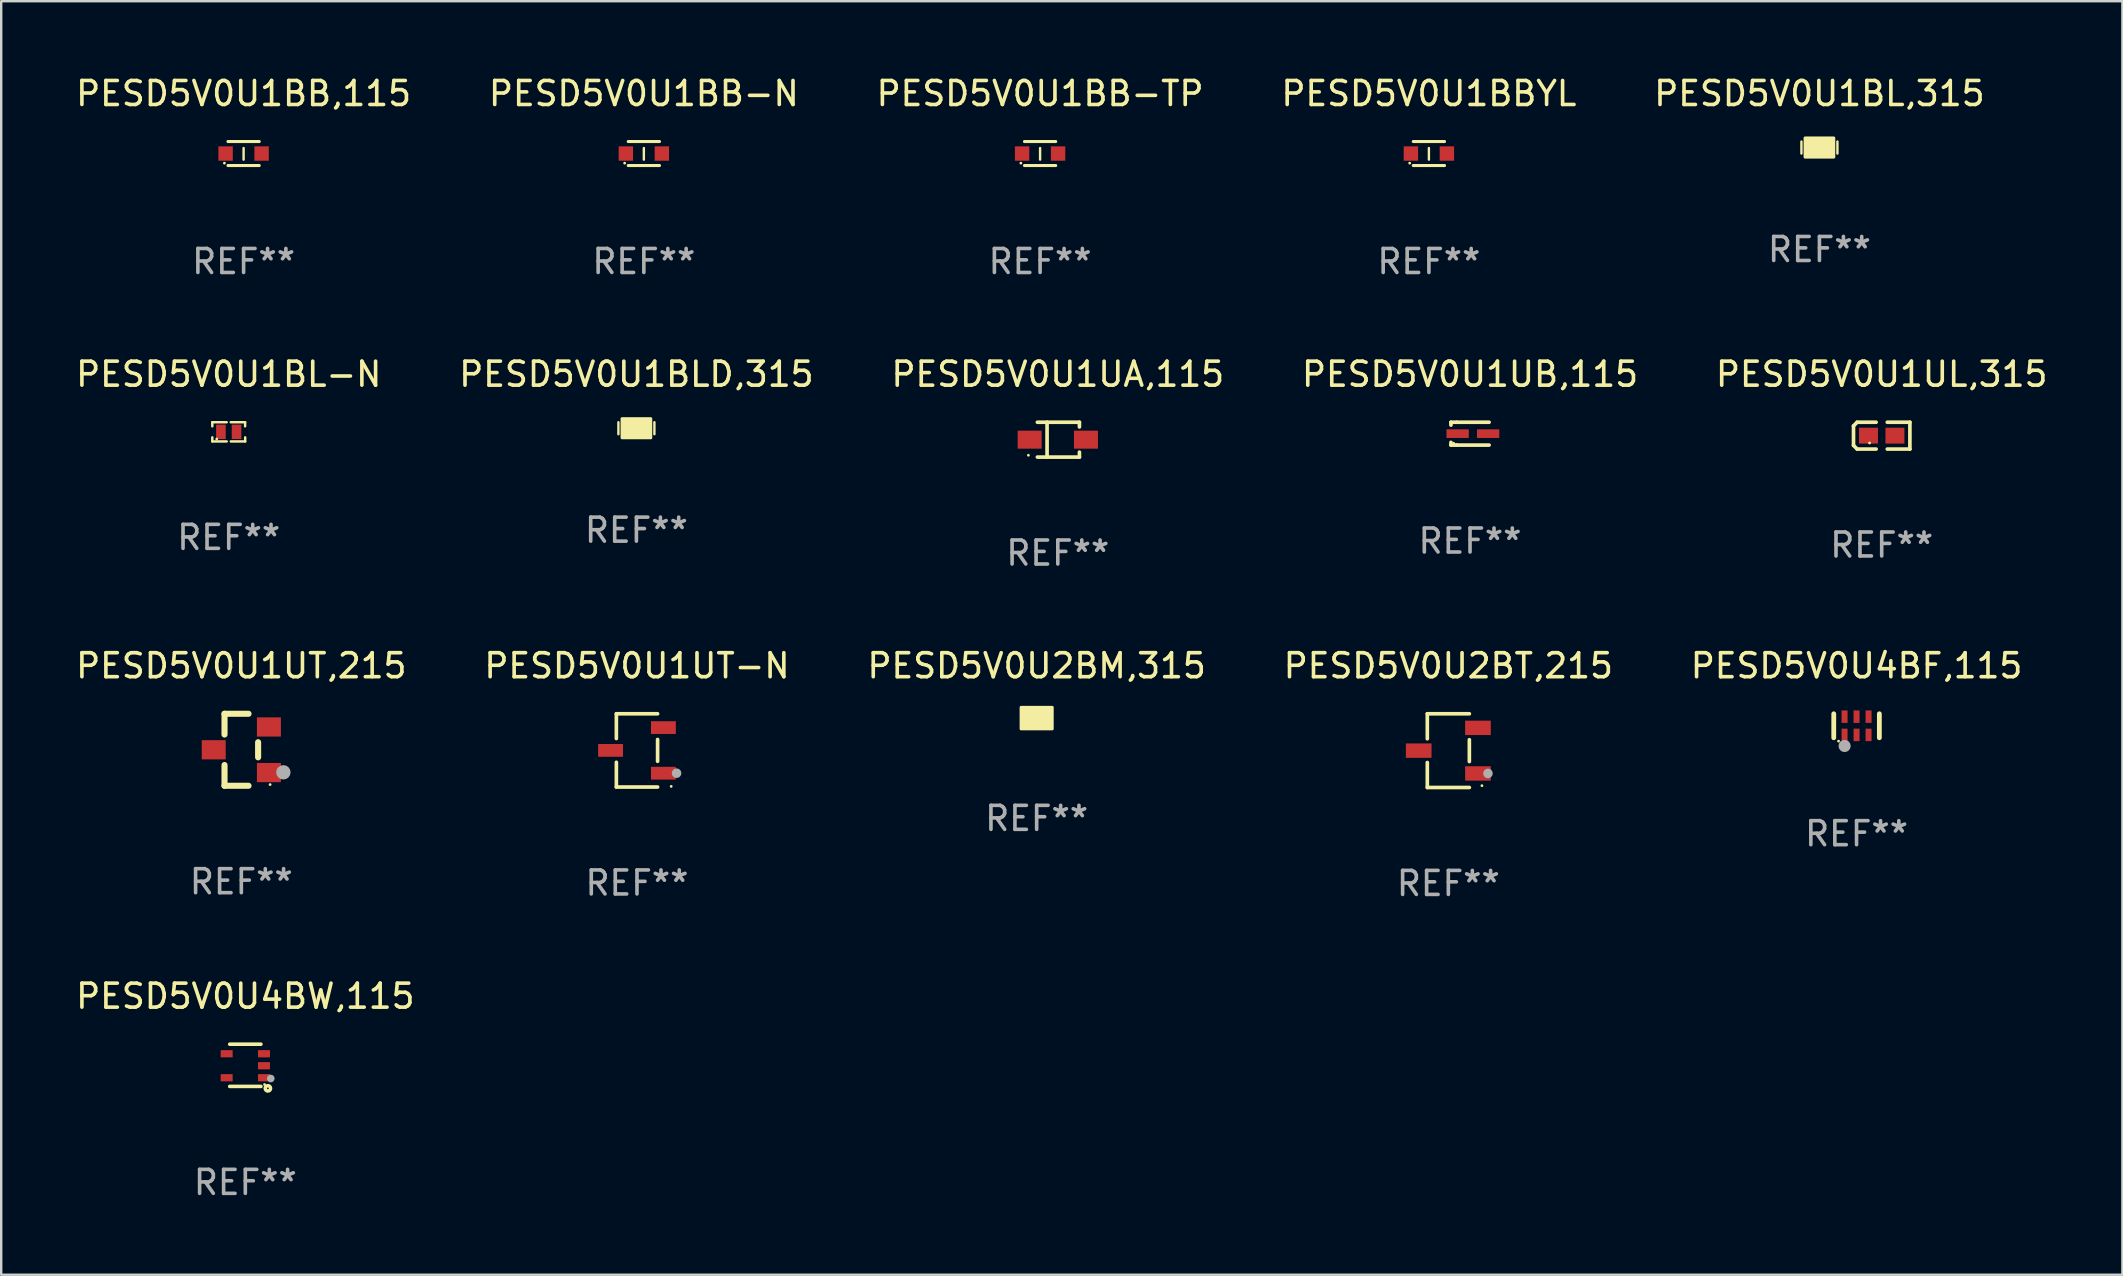
<source format=kicad_pcb>
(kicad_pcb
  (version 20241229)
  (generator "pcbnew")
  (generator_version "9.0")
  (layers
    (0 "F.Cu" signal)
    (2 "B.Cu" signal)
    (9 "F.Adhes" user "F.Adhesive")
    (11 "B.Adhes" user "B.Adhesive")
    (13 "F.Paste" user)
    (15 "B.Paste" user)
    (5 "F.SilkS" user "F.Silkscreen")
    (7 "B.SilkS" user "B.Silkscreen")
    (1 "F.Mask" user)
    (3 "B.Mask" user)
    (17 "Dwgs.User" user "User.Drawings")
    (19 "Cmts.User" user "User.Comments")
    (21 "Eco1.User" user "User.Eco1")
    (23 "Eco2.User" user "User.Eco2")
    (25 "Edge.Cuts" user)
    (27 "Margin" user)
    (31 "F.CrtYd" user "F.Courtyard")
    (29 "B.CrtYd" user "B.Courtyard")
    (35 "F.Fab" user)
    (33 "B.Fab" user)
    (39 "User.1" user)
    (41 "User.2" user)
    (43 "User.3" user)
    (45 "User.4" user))
  (footprint "PESD5V0U1UL,315"
    (layer "F.Cu")
    (at 75.363 15.104)
    (property "Reference" "PESD5V0U1UL,315" (at 0 -2.559 0) (layer "F.SilkS") (effects (font (size 1 1) (thickness 0.15))))
    (attr through_hole)
    (fp_line (start -1.175 -0.407) (end -1.023 -0.559) (stroke (width 0.152) (type solid)) (layer "F.SilkS"))
    (fp_line (start -1.175 0.407) (end -1.175 -0.407) (stroke (width 0.152) (type solid)) (layer "F.SilkS"))
    (fp_line (start -1.023 -0.559) (end -0.232 -0.559) (stroke (width 0.152) (type solid)) (layer "F.SilkS"))
    (fp_line (start -1.023 0.559) (end -1.175 0.407) (stroke (width 0.152) (type solid)) (layer "F.SilkS"))
    (fp_line (start -0.232 0.559) (end -1.023 0.559) (stroke (width 0.152) (type solid)) (layer "F.SilkS"))
    (fp_line (start 0.232 0.559) (end 1.175 0.559) (stroke (width 0.152) (type solid)) (layer "F.SilkS"))
    (fp_line (start 1.175 -0.559) (end 0.232 -0.559) (stroke (width 0.152) (type solid)) (layer "F.SilkS"))
    (fp_line (start 1.175 0.559) (end 1.175 -0.559) (stroke (width 0.152) (type solid)) (layer "F.SilkS"))
    (fp_circle (center -0.506 0.306) (end -0.476 0.306) (stroke (width 0.06) (type solid)) (fill no) (layer "F.SilkS"))
    (fp_text user "REF**" (at 0 4.559 0) (layer "F.Fab") (effects (font (size 1 1) (thickness 0.15))))
    (pad "1" smd rect (at -0.551 0) (size 0.79 0.661) (layers "F.Cu" "F.Mask" "F.Paste"))
    (pad "2" smd rect (at 0.551 0) (size 0.79 0.661) (layers "F.Cu" "F.Mask" "F.Paste")))
  (footprint "PESD5V0U1BLD,315"
    (layer "F.Cu")
    (at 23.47 14.795)
    (property "Reference" "PESD5V0U1BLD,315" (at 0 -2.25 0) (layer "F.SilkS") (effects (font (size 1 1) (thickness 0.15))))
    (attr through_hole)
    (fp_line (start -0.75 0.25) (end -0.75 -0.25) (stroke (width 0.1) (type solid)) (layer "F.SilkS"))
    (fp_line (start 0.75 -0.25) (end 0.75 0.25) (stroke (width 0.1) (type solid)) (layer "F.SilkS"))
    (fp_circle (center -0.5 0.3) (end -0.47 0.3) (stroke (width 0.06) (type solid)) (fill no) (layer "F.SilkS"))
    (fp_poly (pts (xy -0.6 -0.4) (xy 0.6 -0.4) (xy 0.6 0.4) (xy -0.6 0.4)) (stroke (width 0.12) (type solid)) (fill yes) (layer "F.SilkS"))
    (fp_text user "REF**" (at 0 4.25 0) (layer "F.Fab") (effects (font (size 1 1) (thickness 0.15))))
    (pad "1" smd rect (at -0.325 -0.000013) (size 0.3 0.6) (layers "F.Cu" "F.Mask" "F.Paste"))
    (pad "2" smd rect (at 0.325 -0.000013) (size 0.3 0.6) (layers "F.Cu" "F.Mask" "F.Paste")))
  (footprint "PESD5V0U1BL,315"
    (layer "F.Cu")
    (at 72.768 3.098)
    (property "Reference" "PESD5V0U1BL,315" (at 0 -2.25 0) (layer "F.SilkS") (effects (font (size 1 1) (thickness 0.15))))
    (attr through_hole)
    (fp_line (start -0.75 0.25) (end -0.75 -0.25) (stroke (width 0.1) (type solid)) (layer "F.SilkS"))
    (fp_line (start 0.75 -0.25) (end 0.75 0.25) (stroke (width 0.1) (type solid)) (layer "F.SilkS"))
    (fp_circle (center -0.5 0.3) (end -0.47 0.3) (stroke (width 0.06) (type solid)) (fill no) (layer "F.SilkS"))
    (fp_poly (pts (xy -0.6 -0.4) (xy 0.6 -0.4) (xy 0.6 0.4) (xy -0.6 0.4)) (stroke (width 0.12) (type solid)) (fill yes) (layer "F.SilkS"))
    (fp_text user "REF**" (at 0 4.25 0) (layer "F.Fab") (effects (font (size 1 1) (thickness 0.15))))
    (pad "1" smd rect (at -0.325 -0.000013) (size 0.3 0.6) (layers "F.Cu" "F.Mask" "F.Paste"))
    (pad "2" smd rect (at 0.325 -0.000013) (size 0.3 0.6) (layers "F.Cu" "F.Mask" "F.Paste")))
  (footprint "PESD5V0U1UT,215"
    (layer "F.Cu")
    (at 7.006 28.194)
    (property "Reference" "PESD5V0U1UT,215" (at 0 -3.5 0) (layer "F.SilkS") (effects (font (size 1 1) (thickness 0.15))))
    (attr through_hole)
    (fp_line (start -0.7 -1.5) (end 0.3 -1.5) (stroke (width 0.254) (type solid)) (layer "F.SilkS"))
    (fp_line (start -0.7 -0.636) (end -0.7 -1.5) (stroke (width 0.254) (type solid)) (layer "F.SilkS"))
    (fp_line (start -0.7 1.5) (end -0.7 0.636) (stroke (width 0.254) (type solid)) (layer "F.SilkS"))
    (fp_line (start -0.7 1.5) (end 0.3 1.5) (stroke (width 0.254) (type solid)) (layer "F.SilkS"))
    (fp_line (start 0.7 0.314) (end 0.7 -0.314) (stroke (width 0.254) (type solid)) (layer "F.SilkS"))
    (fp_circle (center 1.2 1.45) (end 1.23 1.45) (stroke (width 0.06) (type solid)) (fill no) (layer "F.SilkS"))
    (fp_circle (center 1.753 0.94) (end 1.903 0.94) (stroke (width 0.3) (type solid)) (fill no) (layer "F.Fab"))
    (fp_text user "REF**" (at 0 5.5 0) (layer "F.Fab") (effects (font (size 1 1) (thickness 0.15))))
    (pad "1" smd rect (at 1.15 0.95 180) (size 1 0.8) (layers "F.Cu" "F.Mask" "F.Paste"))
    (pad "2" smd rect (at 1.15 -0.95 180) (size 1 0.8) (layers "F.Cu" "F.Mask" "F.Paste"))
    (pad "3" smd rect (at -1.15 -0.000051 180) (size 1 0.8) (layers "F.Cu" "F.Mask" "F.Paste")))
  (footprint "PESD5V0U1BB-TP"
    (layer "F.Cu")
    (at 40.292 3.348)
    (property "Reference" "PESD5V0U1BB-TP" (at 0 -2.5 0) (layer "F.SilkS") (effects (font (size 1 1) (thickness 0.15))))
    (attr through_hole)
    (fp_line (start -0.65 -0.5) (end 0.65 -0.5) (stroke (width 0.13) (type solid)) (layer "F.SilkS"))
    (fp_line (start -0.65 0.5) (end 0.65 0.5) (stroke (width 0.13) (type solid)) (layer "F.SilkS"))
    (fp_line (start 0 -0.229) (end 0 0.254) (stroke (width 0.1) (type solid)) (layer "F.SilkS"))
    (fp_circle (center -0.8 0.4) (end -0.77 0.4) (stroke (width 0.06) (type solid)) (fill no) (layer "F.SilkS"))
    (fp_text user "REF**" (at 0 4.5 0) (layer "F.Fab") (effects (font (size 1 1) (thickness 0.15))))
    (pad "1" smd rect (at -0.75 0) (size 0.6 0.6) (layers "F.Cu" "F.Mask" "F.Paste"))
    (pad "2" smd rect (at 0.75 0 180) (size 0.6 0.6) (layers "F.Cu" "F.Mask" "F.Paste")))
  (footprint "PESD5V0U4BF,115"
    (layer "F.Cu")
    (at 74.315 27.194)
    (property "Reference" "PESD5V0U4BF,115" (at 0 -2.5 0) (layer "F.SilkS") (effects (font (size 1 1) (thickness 0.15))))
    (attr through_hole)
    (fp_line (start -0.95 0.5) (end -0.95 -0.5) (stroke (width 0.2) (type solid)) (layer "F.SilkS"))
    (fp_line (start 0.95 0.5) (end 0.95 -0.5) (stroke (width 0.2) (type solid)) (layer "F.SilkS"))
    (fp_circle (center -0.75 0.64) (end -0.72 0.64) (stroke (width 0.06) (type solid)) (fill no) (layer "F.SilkS"))
    (fp_circle (center -0.498 0.842) (end -0.371 0.842) (stroke (width 0.254) (type solid)) (fill no) (layer "F.Fab"))
    (fp_text user "REF**" (at 0 4.5 0) (layer "F.Fab") (effects (font (size 1 1) (thickness 0.15))))
    (pad "1" smd rect (at -0.5 0.38) (size 0.25 0.52) (layers "F.Cu" "F.Mask" "F.Paste"))
    (pad "2" smd rect (at 0 0.38) (size 0.25 0.52) (layers "F.Cu" "F.Mask" "F.Paste"))
    (pad "3" smd rect (at 0.5 0.38) (size 0.25 0.52) (layers "F.Cu" "F.Mask" "F.Paste"))
    (pad "4" smd rect (at 0.5 -0.38 180) (size 0.25 0.52) (layers "F.Cu" "F.Mask" "F.Paste"))
    (pad "5" smd rect (at 0 -0.38 180) (size 0.25 0.52) (layers "F.Cu" "F.Mask" "F.Paste"))
    (pad "6" smd rect (at -0.5 -0.38 180) (size 0.25 0.52) (layers "F.Cu" "F.Mask" "F.Paste")))
  (footprint "PESD5V0U1BBYL"
    (layer "F.Cu")
    (at 56.494 3.348)
    (property "Reference" "PESD5V0U1BBYL" (at 0 -2.5 0) (layer "F.SilkS") (effects (font (size 1 1) (thickness 0.15))))
    (attr through_hole)
    (fp_line (start -0.65 -0.5) (end 0.65 -0.5) (stroke (width 0.13) (type solid)) (layer "F.SilkS"))
    (fp_line (start -0.65 0.5) (end 0.65 0.5) (stroke (width 0.13) (type solid)) (layer "F.SilkS"))
    (fp_line (start 0 -0.229) (end 0 0.254) (stroke (width 0.1) (type solid)) (layer "F.SilkS"))
    (fp_circle (center -0.8 0.4) (end -0.77 0.4) (stroke (width 0.06) (type solid)) (fill no) (layer "F.SilkS"))
    (fp_text user "REF**" (at 0 4.5 0) (layer "F.Fab") (effects (font (size 1 1) (thickness 0.15))))
    (pad "1" smd rect (at -0.75 0) (size 0.6 0.6) (layers "F.Cu" "F.Mask" "F.Paste"))
    (pad "2" smd rect (at 0.75 0 180) (size 0.6 0.6) (layers "F.Cu" "F.Mask" "F.Paste")))
  (footprint "PESD5V0U1UA,115"
    (layer "F.Cu")
    (at 41.03 15.271)
    (property "Reference" "PESD5V0U1UA,115" (at 0 -2.726 0) (layer "F.SilkS") (effects (font (size 1 1) (thickness 0.15))))
    (attr through_hole)
    (fp_line (start -0.851 -0.726) (end 0.901 -0.726) (stroke (width 0.152) (type solid)) (layer "F.SilkS"))
    (fp_line (start -0.851 0.726) (end 0.901 0.726) (stroke (width 0.152) (type solid)) (layer "F.SilkS"))
    (fp_line (start -0.447 -0.726) (end -0.447 0.726) (stroke (width 0.152) (type solid)) (layer "F.SilkS"))
    (fp_line (start 0.901 -0.726) (end 0.901 -0.53) (stroke (width 0.152) (type solid)) (layer "F.SilkS"))
    (fp_line (start 0.901 0.726) (end 0.901 0.52) (stroke (width 0.152) (type solid)) (layer "F.SilkS"))
    (fp_circle (center -1.225 0.65) (end -1.195 0.65) (stroke (width 0.06) (type solid)) (fill no) (layer "F.SilkS"))
    (fp_text user "REF**" (at 0 4.726 0) (layer "F.Fab") (effects (font (size 1 1) (thickness 0.15))))
    (pad "1" smd rect (at -1.173 0) (size 1 0.75) (layers "F.Cu" "F.Mask" "F.Paste"))
    (pad "2" smd rect (at 1.173 0) (size 1 0.75) (layers "F.Cu" "F.Mask" "F.Paste")))
  (footprint "PESD5V0U1BB,115"
    (layer "F.Cu")
    (at 7.101 3.348)
    (property "Reference" "PESD5V0U1BB,115" (at 0 -2.5 0) (layer "F.SilkS") (effects (font (size 1 1) (thickness 0.15))))
    (attr through_hole)
    (fp_line (start -0.65 -0.5) (end 0.65 -0.5) (stroke (width 0.13) (type solid)) (layer "F.SilkS"))
    (fp_line (start -0.65 0.5) (end 0.65 0.5) (stroke (width 0.13) (type solid)) (layer "F.SilkS"))
    (fp_line (start 0 -0.229) (end 0 0.254) (stroke (width 0.1) (type solid)) (layer "F.SilkS"))
    (fp_circle (center -0.8 0.4) (end -0.77 0.4) (stroke (width 0.06) (type solid)) (fill no) (layer "F.SilkS"))
    (fp_text user "REF**" (at 0 4.5 0) (layer "F.Fab") (effects (font (size 1 1) (thickness 0.15))))
    (pad "1" smd rect (at -0.75 0) (size 0.6 0.6) (layers "F.Cu" "F.Mask" "F.Paste"))
    (pad "2" smd rect (at 0.75 0 180) (size 0.6 0.6) (layers "F.Cu" "F.Mask" "F.Paste")))
  (footprint "PESD5V0U1UB,115"
    (layer "F.Cu")
    (at 58.208 15.021)
    (property "Reference" "PESD5V0U1UB,115" (at 0 -2.476 0) (layer "F.SilkS") (effects (font (size 1 1) (thickness 0.15))))
    (attr through_hole)
    (fp_line (start -0.795 -0.476) (end -0.795 -0.356) (stroke (width 0.152) (type solid)) (layer "F.SilkS"))
    (fp_line (start -0.795 0.363) (end -0.795 0.476) (stroke (width 0.152) (type solid)) (layer "F.SilkS"))
    (fp_line (start -0.795 0.476) (end -0.557 0.476) (stroke (width 0.152) (type solid)) (layer "F.SilkS"))
    (fp_line (start -0.557 -0.476) (end -0.795 -0.476) (stroke (width 0.152) (type solid)) (layer "F.SilkS"))
    (fp_line (start -0.557 -0.476) (end 0.795 -0.476) (stroke (width 0.152) (type solid)) (layer "F.SilkS"))
    (fp_line (start -0.557 0.476) (end 0.795 0.476) (stroke (width 0.152) (type solid)) (layer "F.SilkS"))
    (fp_circle (center -0.681 0.4) (end -0.651 0.4) (stroke (width 0.06) (type solid)) (fill no) (layer "F.SilkS"))
    (fp_text user "REF**" (at 0 4.476 0) (layer "F.Fab") (effects (font (size 1 1) (thickness 0.15))))
    (pad "1" smd rect (at -0.516 0 180) (size 0.93 0.36) (layers "F.Cu" "F.Mask" "F.Paste"))
    (pad "2" smd rect (at 0.754 0 180) (size 0.93 0.36) (layers "F.Cu" "F.Mask" "F.Paste")))
  (footprint "PESD5V0U4BW,115"
    (layer "F.Cu")
    (at 7.173 41.343)
    (property "Reference" "PESD5V0U4BW,115" (at 0 -2.88 0) (layer "F.SilkS") (effects (font (size 1 1) (thickness 0.15))))
    (attr through_hole)
    (fp_line (start 0.65 -0.88) (end -0.65 -0.88) (stroke (width 0.15) (type solid)) (layer "F.SilkS"))
    (fp_line (start 0.65 0.88) (end -0.65 0.88) (stroke (width 0.15) (type solid)) (layer "F.SilkS"))
    (fp_circle (center 0.8 0.8) (end 0.83 0.8) (stroke (width 0.06) (type solid)) (fill no) (layer "F.SilkS"))
    (fp_circle (center 0.94 0.96) (end 1.05 0.96) (stroke (width 0.15) (type solid)) (fill no) (layer "F.SilkS"))
    (fp_circle (center 1.06 0.55) (end 1.14 0.55) (stroke (width 0.16) (type solid)) (fill no) (layer "F.Fab"))
    (fp_text user "REF**" (at 0 4.88 0) (layer "F.Fab") (effects (font (size 1 1) (thickness 0.15))))
    (pad "1" smd rect (at 0.777 0.518) (size 0.5 0.3) (layers "F.Cu" "F.Mask" "F.Paste"))
    (pad "2" smd rect (at 0.777 0.018) (size 0.5 0.3) (layers "F.Cu" "F.Mask" "F.Paste"))
    (pad "3" smd rect (at 0.777 -0.482) (size 0.5 0.3) (layers "F.Cu" "F.Mask" "F.Paste"))
    (pad "4" smd rect (at -0.777 -0.482) (size 0.5 0.3) (layers "F.Cu" "F.Mask" "F.Paste"))
    (pad "5" smd rect (at -0.777 0.518) (size 0.5 0.3) (layers "F.Cu" "F.Mask" "F.Paste")))
  (footprint "PESD5V0U1BB-N"
    (layer "F.Cu")
    (at 23.78 3.348)
    (property "Reference" "PESD5V0U1BB-N" (at 0 -2.5 0) (layer "F.SilkS") (effects (font (size 1 1) (thickness 0.15))))
    (attr through_hole)
    (fp_line (start -0.65 -0.5) (end 0.65 -0.5) (stroke (width 0.13) (type solid)) (layer "F.SilkS"))
    (fp_line (start -0.65 0.5) (end 0.65 0.5) (stroke (width 0.13) (type solid)) (layer "F.SilkS"))
    (fp_line (start 0 -0.229) (end 0 0.254) (stroke (width 0.1) (type solid)) (layer "F.SilkS"))
    (fp_circle (center -0.8 0.4) (end -0.77 0.4) (stroke (width 0.06) (type solid)) (fill no) (layer "F.SilkS"))
    (fp_text user "REF**" (at 0 4.5 0) (layer "F.Fab") (effects (font (size 1 1) (thickness 0.15))))
    (pad "1" smd rect (at -0.75 0) (size 0.6 0.6) (layers "F.Cu" "F.Mask" "F.Paste"))
    (pad "2" smd rect (at 0.75 0 180) (size 0.6 0.6) (layers "F.Cu" "F.Mask" "F.Paste")))
  (footprint "PESD5V0U1BL-N"
    (layer "F.Cu")
    (at 6.482 14.945)
    (property "Reference" "PESD5V0U1BL-N" (at 0 -2.4 0) (layer "F.SilkS") (effects (font (size 1 1) (thickness 0.15))))
    (attr through_hole)
    (fp_line (start -0.685 -0.4) (end -0.685 -0.23) (stroke (width 0.102) (type solid)) (layer "F.SilkS"))
    (fp_line (start -0.685 0.4) (end -0.685 0.23) (stroke (width 0.102) (type solid)) (layer "F.SilkS"))
    (fp_line (start -0.085 -0.4) (end -0.685 -0.4) (stroke (width 0.102) (type solid)) (layer "F.SilkS"))
    (fp_line (start -0.085 0.4) (end -0.685 0.4) (stroke (width 0.102) (type solid)) (layer "F.SilkS"))
    (fp_line (start 0.082 -0.4) (end 0.682 -0.4) (stroke (width 0.102) (type solid)) (layer "F.SilkS"))
    (fp_line (start 0.085 0.4) (end 0.685 0.4) (stroke (width 0.102) (type solid)) (layer "F.SilkS"))
    (fp_line (start 0.682 -0.4) (end 0.682 -0.23) (stroke (width 0.102) (type solid)) (layer "F.SilkS"))
    (fp_line (start 0.685 0.4) (end 0.685 0.23) (stroke (width 0.102) (type solid)) (layer "F.SilkS"))
    (fp_circle (center -0.5 0.3) (end -0.47 0.3) (stroke (width 0.06) (type solid)) (fill no) (layer "F.SilkS"))
    (fp_text user "REF**" (at 0 4.4 0) (layer "F.Fab") (effects (font (size 1 1) (thickness 0.15))))
    (pad "1" smd rect (at -0.325 0) (size 0.4 0.6) (layers "F.Cu" "F.Mask" "F.Paste"))
    (pad "2" smd rect (at 0.325 0) (size 0.4 0.6) (layers "F.Cu" "F.Mask" "F.Paste")))
  (footprint "PESD5V0U2BM,315"
    (layer "F.Cu")
    (at 40.149 26.874)
    (property "Reference" "PESD5V0U2BM,315" (at 0 -2.18 0) (layer "F.SilkS") (effects (font (size 1 1) (thickness 0.15))))
    (attr through_hole)
    (fp_circle (center 0.513 0.311) (end 0.543 0.311) (stroke (width 0.06) (type solid)) (fill no) (layer "F.SilkS"))
    (fp_poly (pts (xy -0.65 -0.45) (xy 0.65 -0.45) (xy 0.65 0.45) (xy -0.65 0.45)) (stroke (width 0.12) (type solid)) (fill yes) (layer "F.SilkS"))
    (fp_text user "REF**" (at 0 4.18 0) (layer "F.Fab") (effects (font (size 1 1) (thickness 0.15))))
    (pad "1" smd custom (at 0.35 0.18) (size 0.26 0.16) (layers "F.Cu" "F.Mask" "F.Paste") (options (anchor circle)) (primitives (gr_poly (pts (xy 0.13 0.08) (xy -0.13 0.08) (xy -0.13 -0.08) (xy 0.13 -0.08)) (width 0) (fill yes))))
    (pad "2" smd custom (at 0.35 -0.18) (size 0.26 0.16) (layers "F.Cu" "F.Mask" "F.Paste") (options (anchor circle)) (primitives (gr_poly (pts (xy 0.13 0.08) (xy -0.13 0.08) (xy -0.13 -0.08) (xy 0.13 -0.08)) (width 0) (fill yes))))
    (pad "3" smd custom (at -0.35 -0.005) (size 0.26 0.51) (layers "F.Cu" "F.Mask" "F.Paste") (options (anchor circle)) (primitives (gr_poly (pts (xy 0.13 0.255) (xy -0.13 0.255) (xy -0.13 -0.255) (xy 0.13 -0.255)) (width 0) (fill yes)))))
  (footprint "PESD5V0U2BT,215"
    (layer "F.Cu")
    (at 57.304 28.23)
    (property "Reference" "PESD5V0U2BT,215" (at 0 -3.536 0) (layer "F.SilkS") (effects (font (size 1 1) (thickness 0.15))))
    (attr through_hole)
    (fp_line (start -0.876 -1.536) (end -0.876 -0.495) (stroke (width 0.152) (type solid)) (layer "F.SilkS"))
    (fp_line (start -0.876 1.536) (end -0.876 0.495) (stroke (width 0.152) (type solid)) (layer "F.SilkS"))
    (fp_line (start 0.876 -1.536) (end -0.876 -1.536) (stroke (width 0.152) (type solid)) (layer "F.SilkS"))
    (fp_line (start 0.876 -0.455) (end 0.876 0.455) (stroke (width 0.152) (type solid)) (layer "F.SilkS"))
    (fp_line (start 0.876 1.536) (end -0.876 1.536) (stroke (width 0.152) (type solid)) (layer "F.SilkS"))
    (fp_circle (center 1.4 1.46) (end 1.43 1.46) (stroke (width 0.06) (type solid)) (fill no) (layer "F.SilkS"))
    (fp_circle (center 1.651 0.95) (end 1.751 0.95) (stroke (width 0.2) (type solid)) (fill no) (layer "F.Fab"))
    (fp_text user "REF**" (at 0 5.536 0) (layer "F.Fab") (effects (font (size 1 1) (thickness 0.15))))
    (pad "1" smd rect (at 1.235 0.95) (size 1.07 0.6) (layers "F.Cu" "F.Mask" "F.Paste"))
    (pad "2" smd rect (at 1.235 -0.95) (size 1.07 0.6) (layers "F.Cu" "F.Mask" "F.Paste"))
    (pad "3" smd rect (at -1.235 0) (size 1.07 0.6) (layers "F.Cu" "F.Mask" "F.Paste")))
  (footprint "PESD5V0U1UT-N"
    (layer "F.Cu")
    (at 23.494 28.22)
    (property "Reference" "PESD5V0U1UT-N" (at 0 -3.526 0) (layer "F.SilkS") (effects (font (size 1 1) (thickness 0.15))))
    (attr through_hole)
    (fp_line (start -0.859 -1.526) (end -0.859 -0.495) (stroke (width 0.152) (type solid)) (layer "F.SilkS"))
    (fp_line (start -0.859 1.526) (end -0.859 0.495) (stroke (width 0.152) (type solid)) (layer "F.SilkS"))
    (fp_line (start 0.859 -1.526) (end -0.859 -1.526) (stroke (width 0.152) (type solid)) (layer "F.SilkS"))
    (fp_line (start 0.859 -0.455) (end 0.859 0.455) (stroke (width 0.152) (type solid)) (layer "F.SilkS"))
    (fp_line (start 0.859 1.526) (end -0.859 1.526) (stroke (width 0.152) (type solid)) (layer "F.SilkS"))
    (fp_circle (center 1.425 1.5) (end 1.455 1.5) (stroke (width 0.06) (type solid)) (fill no) (layer "F.SilkS"))
    (fp_circle (center 1.65 0.95) (end 1.75 0.95) (stroke (width 0.2) (type solid)) (fill no) (layer "F.Fab"))
    (fp_text user "REF**" (at 0 5.526 0) (layer "F.Fab") (effects (font (size 1 1) (thickness 0.15))))
    (pad "1" smd rect (at 1.101 0.95) (size 1.037 0.532) (layers "F.Cu" "F.Mask" "F.Paste"))
    (pad "2" smd rect (at 1.101 -0.95) (size 1.037 0.532) (layers "F.Cu" "F.Mask" "F.Paste"))
    (pad "3" smd rect (at -1.101 0) (size 1.037 0.532) (layers "F.Cu" "F.Mask" "F.Paste")))
  (gr_rect
    (start -3 -3)
    (end 85.393 50.071)
    (stroke (width 0.1) (type default))
    (fill no)
    (layer "Edge.Cuts")))
</source>
